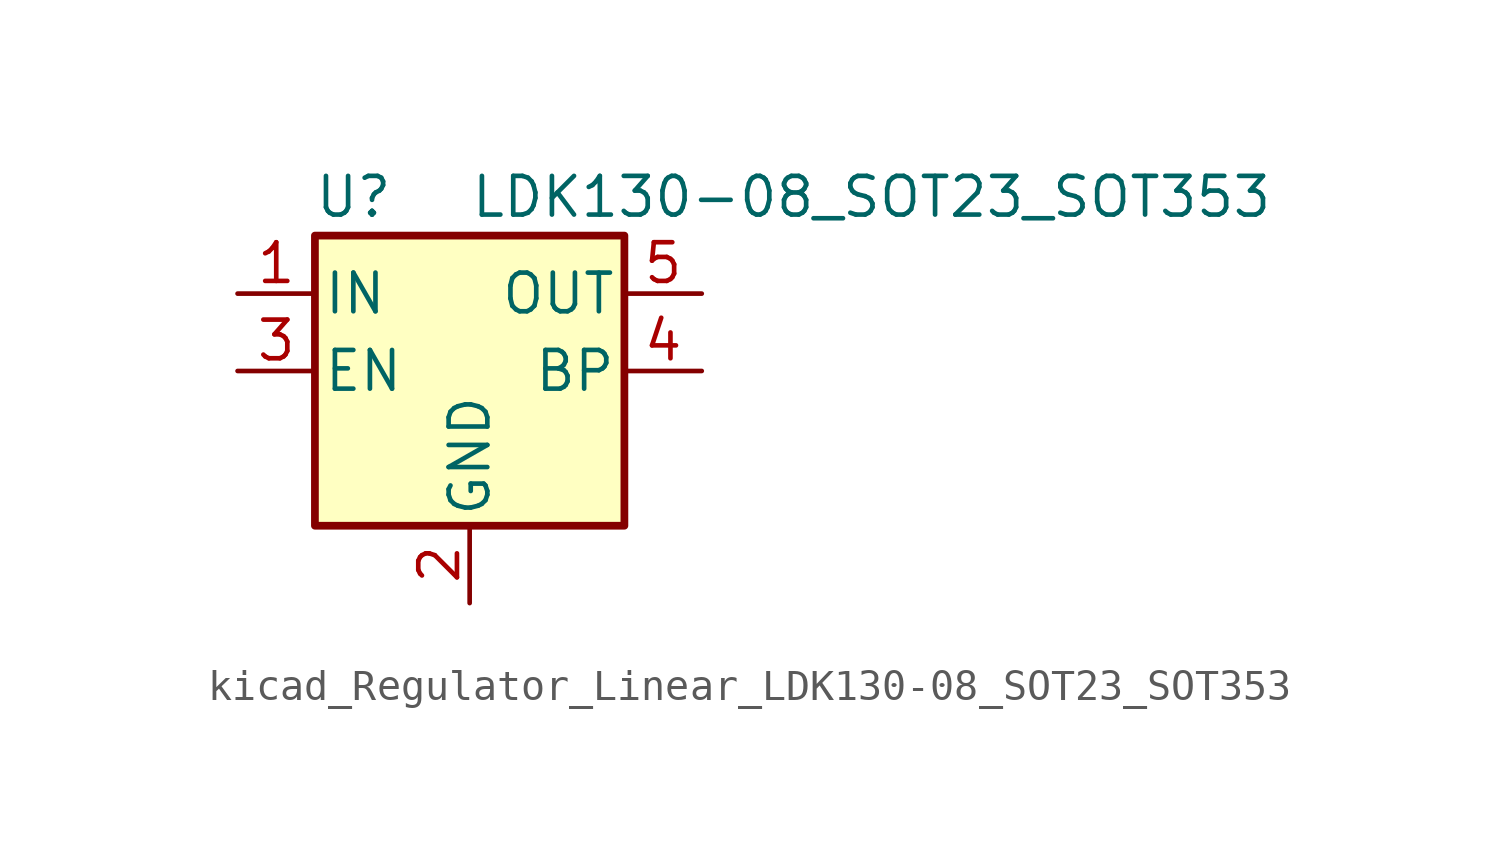
<source format=kicad_sym>
(kicad_symbol_lib
  (version 20220914)
  (generator kicad_symbol_editor)
  (symbol "kicad_Regulator_Linear_LDK130-08_SOT23_SOT353"
    (pin_names
      (offset 0.254))
    (property "Reference" "U"
      (at -3.81 5.715 0)
      (effects (font (size 1.27 1.27))))
    (property "Value" "LDK130-08_SOT23_SOT353"
      (at 0 5.715 0)
      (effects (font (size 1.27 1.27)) (justify left)))
    (symbol "kicad_Regulator_Linear_LDK130-08_SOT23_SOT353_0_1"
      (rectangle (start -5.08 4.445) (end 5.08 -5.08) (stroke (width 0.254) (type default)) (fill (type background))))
    (symbol "kicad_Regulator_Linear_LDK130-08_SOT23_SOT353_1_1"
      (pin power_in line (at -7.62 2.54 0) (length 2.54) (name "IN" (effects (font (size 1.27 1.27)))) (number "1" (effects (font (size 1.27 1.27)))))
      (pin power_in line (at 0 -7.62 90) (length 2.54) (name "GND" (effects (font (size 1.27 1.27)))) (number "2" (effects (font (size 1.27 1.27)))))
      (pin input line (at -7.62 0 0) (length 2.54) (name "EN" (effects (font (size 1.27 1.27)))) (number "3" (effects (font (size 1.27 1.27)))))
      (pin passive line (at 7.62 0 180) (length 2.54) (name "BP" (effects (font (size 1.27 1.27)))) (number "4" (effects (font (size 1.27 1.27)))))
      (pin power_out line (at 7.62 2.54 180) (length 2.54) (name "OUT" (effects (font (size 1.27 1.27)))) (number "5" (effects (font (size 1.27 1.27))))))))
</source>
